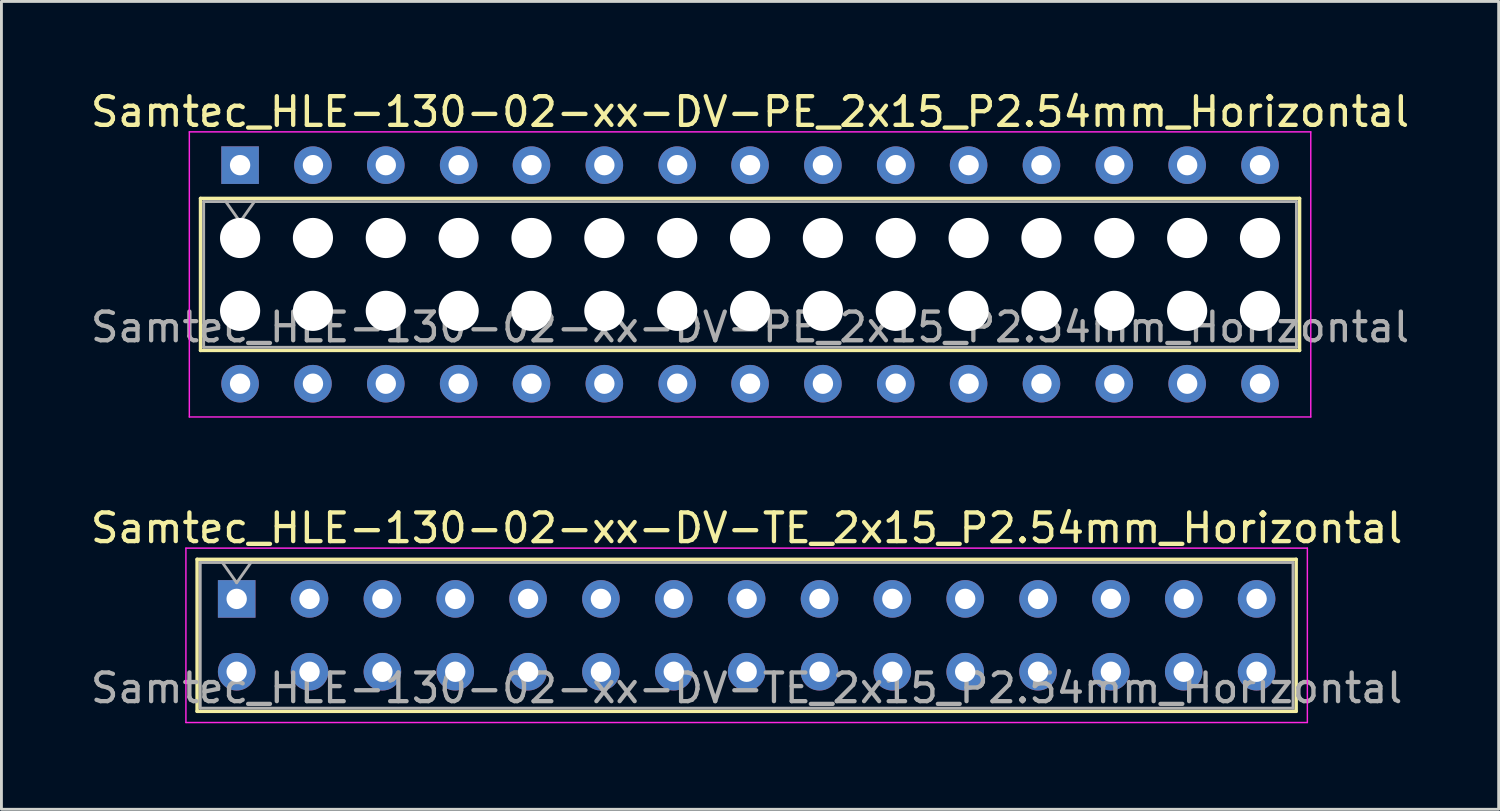
<source format=kicad_pcb>
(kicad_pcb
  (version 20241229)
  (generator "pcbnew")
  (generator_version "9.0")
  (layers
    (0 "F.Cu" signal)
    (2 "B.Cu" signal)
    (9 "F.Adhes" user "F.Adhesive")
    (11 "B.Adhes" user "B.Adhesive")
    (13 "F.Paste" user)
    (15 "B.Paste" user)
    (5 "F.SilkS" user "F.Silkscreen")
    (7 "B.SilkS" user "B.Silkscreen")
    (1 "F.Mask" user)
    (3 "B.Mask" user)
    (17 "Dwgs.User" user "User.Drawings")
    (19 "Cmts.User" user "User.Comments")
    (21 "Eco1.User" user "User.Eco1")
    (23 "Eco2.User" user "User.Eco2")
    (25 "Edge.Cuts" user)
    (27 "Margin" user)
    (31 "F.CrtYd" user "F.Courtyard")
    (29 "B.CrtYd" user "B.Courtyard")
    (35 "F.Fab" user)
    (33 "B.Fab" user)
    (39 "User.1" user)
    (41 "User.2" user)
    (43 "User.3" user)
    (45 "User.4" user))
  (footprint "Samtec_HLE-130-02-xx-DV-PE_2x15_P2.54mm_Horizontal"
    (layer "F.Cu")
    (at 5.321 2.708)
    (property "Reference" "Samtec_HLE-130-02-xx-DV-PE_2x15_P2.54mm_Horizontal" (at 17.78 -1.86 0) (layer "F.SilkS") (effects (font (size 1 1) (thickness 0.15))))
    (attr through_hole)
    (fp_line (start -1.38 1.16) (end 36.94 1.16) (stroke (width 0.12) (type solid)) (layer "F.SilkS"))
    (fp_line (start -1.38 6.46) (end -1.38 1.16) (stroke (width 0.12) (type solid)) (layer "F.SilkS"))
    (fp_line (start 36.94 1.16) (end 36.94 6.46) (stroke (width 0.12) (type solid)) (layer "F.SilkS"))
    (fp_line (start 36.94 6.46) (end -1.38 6.46) (stroke (width 0.12) (type solid)) (layer "F.SilkS"))
    (fp_line (start -1.77 -1.16) (end 37.33 -1.16) (stroke (width 0.05) (type solid)) (layer "F.CrtYd"))
    (fp_line (start -1.77 8.78) (end -1.77 -1.16) (stroke (width 0.05) (type solid)) (layer "F.CrtYd"))
    (fp_line (start 37.33 -1.16) (end 37.33 8.78) (stroke (width 0.05) (type solid)) (layer "F.CrtYd"))
    (fp_line (start 37.33 8.78) (end -1.77 8.78) (stroke (width 0.05) (type solid)) (layer "F.CrtYd"))
    (fp_line (start -1.27 1.27) (end 36.83 1.27) (stroke (width 0.1) (type solid)) (layer "F.Fab"))
    (fp_line (start -1.27 6.35) (end -1.27 1.27) (stroke (width 0.1) (type solid)) (layer "F.Fab"))
    (fp_line (start -0.5 1.27) (end 0 1.977) (stroke (width 0.1) (type solid)) (layer "F.Fab"))
    (fp_line (start 0 1.977) (end 0.5 1.27) (stroke (width 0.1) (type solid)) (layer "F.Fab"))
    (fp_line (start 36.83 1.27) (end 36.83 6.35) (stroke (width 0.1) (type solid)) (layer "F.Fab"))
    (fp_line (start 36.83 6.35) (end -1.27 6.35) (stroke (width 0.1) (type solid)) (layer "F.Fab"))
    (fp_text user "${REFERENCE}" (at 17.78 5.65 0) (layer "F.Fab") (effects (font (size 1 1) (thickness 0.15))))
    (pad "" np_thru_hole circle (at 0 2.54) (size 1.4 1.4) (drill 1.4) (layers "*.Cu" "*.Mask"))
    (pad "" np_thru_hole circle (at 0 5.08) (size 1.4 1.4) (drill 1.4) (layers "*.Cu" "*.Mask"))
    (pad "" np_thru_hole circle (at 2.54 2.54) (size 1.4 1.4) (drill 1.4) (layers "*.Cu" "*.Mask"))
    (pad "" np_thru_hole circle (at 2.54 5.08) (size 1.4 1.4) (drill 1.4) (layers "*.Cu" "*.Mask"))
    (pad "" np_thru_hole circle (at 5.08 2.54) (size 1.4 1.4) (drill 1.4) (layers "*.Cu" "*.Mask"))
    (pad "" np_thru_hole circle (at 5.08 5.08) (size 1.4 1.4) (drill 1.4) (layers "*.Cu" "*.Mask"))
    (pad "" np_thru_hole circle (at 7.62 2.54) (size 1.4 1.4) (drill 1.4) (layers "*.Cu" "*.Mask"))
    (pad "" np_thru_hole circle (at 7.62 5.08) (size 1.4 1.4) (drill 1.4) (layers "*.Cu" "*.Mask"))
    (pad "" np_thru_hole circle (at 10.16 2.54) (size 1.4 1.4) (drill 1.4) (layers "*.Cu" "*.Mask"))
    (pad "" np_thru_hole circle (at 10.16 5.08) (size 1.4 1.4) (drill 1.4) (layers "*.Cu" "*.Mask"))
    (pad "" np_thru_hole circle (at 12.7 2.54) (size 1.4 1.4) (drill 1.4) (layers "*.Cu" "*.Mask"))
    (pad "" np_thru_hole circle (at 12.7 5.08) (size 1.4 1.4) (drill 1.4) (layers "*.Cu" "*.Mask"))
    (pad "" np_thru_hole circle (at 15.24 2.54) (size 1.4 1.4) (drill 1.4) (layers "*.Cu" "*.Mask"))
    (pad "" np_thru_hole circle (at 15.24 5.08) (size 1.4 1.4) (drill 1.4) (layers "*.Cu" "*.Mask"))
    (pad "" np_thru_hole circle (at 17.78 2.54) (size 1.4 1.4) (drill 1.4) (layers "*.Cu" "*.Mask"))
    (pad "" np_thru_hole circle (at 17.78 5.08) (size 1.4 1.4) (drill 1.4) (layers "*.Cu" "*.Mask"))
    (pad "" np_thru_hole circle (at 20.32 2.54) (size 1.4 1.4) (drill 1.4) (layers "*.Cu" "*.Mask"))
    (pad "" np_thru_hole circle (at 20.32 5.08) (size 1.4 1.4) (drill 1.4) (layers "*.Cu" "*.Mask"))
    (pad "" np_thru_hole circle (at 22.86 2.54) (size 1.4 1.4) (drill 1.4) (layers "*.Cu" "*.Mask"))
    (pad "" np_thru_hole circle (at 22.86 5.08) (size 1.4 1.4) (drill 1.4) (layers "*.Cu" "*.Mask"))
    (pad "" np_thru_hole circle (at 25.4 2.54) (size 1.4 1.4) (drill 1.4) (layers "*.Cu" "*.Mask"))
    (pad "" np_thru_hole circle (at 25.4 5.08) (size 1.4 1.4) (drill 1.4) (layers "*.Cu" "*.Mask"))
    (pad "" np_thru_hole circle (at 27.94 2.54) (size 1.4 1.4) (drill 1.4) (layers "*.Cu" "*.Mask"))
    (pad "" np_thru_hole circle (at 27.94 5.08) (size 1.4 1.4) (drill 1.4) (layers "*.Cu" "*.Mask"))
    (pad "" np_thru_hole circle (at 30.48 2.54) (size 1.4 1.4) (drill 1.4) (layers "*.Cu" "*.Mask"))
    (pad "" np_thru_hole circle (at 30.48 5.08) (size 1.4 1.4) (drill 1.4) (layers "*.Cu" "*.Mask"))
    (pad "" np_thru_hole circle (at 33.02 2.54) (size 1.4 1.4) (drill 1.4) (layers "*.Cu" "*.Mask"))
    (pad "" np_thru_hole circle (at 33.02 5.08) (size 1.4 1.4) (drill 1.4) (layers "*.Cu" "*.Mask"))
    (pad "" np_thru_hole circle (at 35.56 2.54) (size 1.4 1.4) (drill 1.4) (layers "*.Cu" "*.Mask"))
    (pad "" np_thru_hole circle (at 35.56 5.08) (size 1.4 1.4) (drill 1.4) (layers "*.Cu" "*.Mask"))
    (pad "1" thru_hole rect (at 0 0) (size 1.31 1.31) (drill 0.71) (layers "*.Cu" "*.Mask"))
    (pad "2" thru_hole circle (at 0 7.62) (size 1.31 1.31) (drill 0.71) (layers "*.Cu" "*.Mask"))
    (pad "3" thru_hole circle (at 2.54 0) (size 1.31 1.31) (drill 0.71) (layers "*.Cu" "*.Mask"))
    (pad "4" thru_hole circle (at 2.54 7.62) (size 1.31 1.31) (drill 0.71) (layers "*.Cu" "*.Mask"))
    (pad "5" thru_hole circle (at 5.08 0) (size 1.31 1.31) (drill 0.71) (layers "*.Cu" "*.Mask"))
    (pad "6" thru_hole circle (at 5.08 7.62) (size 1.31 1.31) (drill 0.71) (layers "*.Cu" "*.Mask"))
    (pad "7" thru_hole circle (at 7.62 0) (size 1.31 1.31) (drill 0.71) (layers "*.Cu" "*.Mask"))
    (pad "8" thru_hole circle (at 7.62 7.62) (size 1.31 1.31) (drill 0.71) (layers "*.Cu" "*.Mask"))
    (pad "9" thru_hole circle (at 10.16 0) (size 1.31 1.31) (drill 0.71) (layers "*.Cu" "*.Mask"))
    (pad "10" thru_hole circle (at 10.16 7.62) (size 1.31 1.31) (drill 0.71) (layers "*.Cu" "*.Mask"))
    (pad "11" thru_hole circle (at 12.7 0) (size 1.31 1.31) (drill 0.71) (layers "*.Cu" "*.Mask"))
    (pad "12" thru_hole circle (at 12.7 7.62) (size 1.31 1.31) (drill 0.71) (layers "*.Cu" "*.Mask"))
    (pad "13" thru_hole circle (at 15.24 0) (size 1.31 1.31) (drill 0.71) (layers "*.Cu" "*.Mask"))
    (pad "14" thru_hole circle (at 15.24 7.62) (size 1.31 1.31) (drill 0.71) (layers "*.Cu" "*.Mask"))
    (pad "15" thru_hole circle (at 17.78 0) (size 1.31 1.31) (drill 0.71) (layers "*.Cu" "*.Mask"))
    (pad "16" thru_hole circle (at 17.78 7.62) (size 1.31 1.31) (drill 0.71) (layers "*.Cu" "*.Mask"))
    (pad "17" thru_hole circle (at 20.32 0) (size 1.31 1.31) (drill 0.71) (layers "*.Cu" "*.Mask"))
    (pad "18" thru_hole circle (at 20.32 7.62) (size 1.31 1.31) (drill 0.71) (layers "*.Cu" "*.Mask"))
    (pad "19" thru_hole circle (at 22.86 0) (size 1.31 1.31) (drill 0.71) (layers "*.Cu" "*.Mask"))
    (pad "20" thru_hole circle (at 22.86 7.62) (size 1.31 1.31) (drill 0.71) (layers "*.Cu" "*.Mask"))
    (pad "21" thru_hole circle (at 25.4 0) (size 1.31 1.31) (drill 0.71) (layers "*.Cu" "*.Mask"))
    (pad "22" thru_hole circle (at 25.4 7.62) (size 1.31 1.31) (drill 0.71) (layers "*.Cu" "*.Mask"))
    (pad "23" thru_hole circle (at 27.94 0) (size 1.31 1.31) (drill 0.71) (layers "*.Cu" "*.Mask"))
    (pad "24" thru_hole circle (at 27.94 7.62) (size 1.31 1.31) (drill 0.71) (layers "*.Cu" "*.Mask"))
    (pad "25" thru_hole circle (at 30.48 0) (size 1.31 1.31) (drill 0.71) (layers "*.Cu" "*.Mask"))
    (pad "26" thru_hole circle (at 30.48 7.62) (size 1.31 1.31) (drill 0.71) (layers "*.Cu" "*.Mask"))
    (pad "27" thru_hole circle (at 33.02 0) (size 1.31 1.31) (drill 0.71) (layers "*.Cu" "*.Mask"))
    (pad "28" thru_hole circle (at 33.02 7.62) (size 1.31 1.31) (drill 0.71) (layers "*.Cu" "*.Mask"))
    (pad "29" thru_hole circle (at 35.56 0) (size 1.31 1.31) (drill 0.71) (layers "*.Cu" "*.Mask"))
    (pad "30" thru_hole circle (at 35.56 7.62) (size 1.31 1.31) (drill 0.71) (layers "*.Cu" "*.Mask")))
  (footprint "Samtec_HLE-130-02-xx-DV-TE_2x15_P2.54mm_Horizontal"
    (layer "F.Cu")
    (at 5.202 17.831)
    (property "Reference" "Samtec_HLE-130-02-xx-DV-TE_2x15_P2.54mm_Horizontal" (at 17.78 -2.47 0) (layer "F.SilkS") (effects (font (size 1 1) (thickness 0.15))))
    (attr through_hole)
    (fp_line (start -1.38 -1.38) (end 36.94 -1.38) (stroke (width 0.12) (type solid)) (layer "F.SilkS"))
    (fp_line (start -1.38 3.92) (end -1.38 -1.38) (stroke (width 0.12) (type solid)) (layer "F.SilkS"))
    (fp_line (start 36.94 -1.38) (end 36.94 3.92) (stroke (width 0.12) (type solid)) (layer "F.SilkS"))
    (fp_line (start 36.94 3.92) (end -1.38 3.92) (stroke (width 0.12) (type solid)) (layer "F.SilkS"))
    (fp_line (start -1.77 -1.77) (end 37.33 -1.77) (stroke (width 0.05) (type solid)) (layer "F.CrtYd"))
    (fp_line (start -1.77 4.31) (end -1.77 -1.77) (stroke (width 0.05) (type solid)) (layer "F.CrtYd"))
    (fp_line (start 37.33 -1.77) (end 37.33 4.31) (stroke (width 0.05) (type solid)) (layer "F.CrtYd"))
    (fp_line (start 37.33 4.31) (end -1.77 4.31) (stroke (width 0.05) (type solid)) (layer "F.CrtYd"))
    (fp_line (start -1.27 -1.27) (end 36.83 -1.27) (stroke (width 0.1) (type solid)) (layer "F.Fab"))
    (fp_line (start -1.27 3.81) (end -1.27 -1.27) (stroke (width 0.1) (type solid)) (layer "F.Fab"))
    (fp_line (start -0.5 -1.27) (end 0 -0.563) (stroke (width 0.1) (type solid)) (layer "F.Fab"))
    (fp_line (start 0 -0.563) (end 0.5 -1.27) (stroke (width 0.1) (type solid)) (layer "F.Fab"))
    (fp_line (start 36.83 -1.27) (end 36.83 3.81) (stroke (width 0.1) (type solid)) (layer "F.Fab"))
    (fp_line (start 36.83 3.81) (end -1.27 3.81) (stroke (width 0.1) (type solid)) (layer "F.Fab"))
    (fp_text user "${REFERENCE}" (at 17.78 3.11 0) (layer "F.Fab") (effects (font (size 1 1) (thickness 0.15))))
    (pad "1" thru_hole rect (at 0 0) (size 1.31 1.31) (drill 0.71) (layers "*.Cu" "*.Mask"))
    (pad "2" thru_hole circle (at 0 2.54) (size 1.31 1.31) (drill 0.71) (layers "*.Cu" "*.Mask"))
    (pad "3" thru_hole circle (at 2.54 0) (size 1.31 1.31) (drill 0.71) (layers "*.Cu" "*.Mask"))
    (pad "4" thru_hole circle (at 2.54 2.54) (size 1.31 1.31) (drill 0.71) (layers "*.Cu" "*.Mask"))
    (pad "5" thru_hole circle (at 5.08 0) (size 1.31 1.31) (drill 0.71) (layers "*.Cu" "*.Mask"))
    (pad "6" thru_hole circle (at 5.08 2.54) (size 1.31 1.31) (drill 0.71) (layers "*.Cu" "*.Mask"))
    (pad "7" thru_hole circle (at 7.62 0) (size 1.31 1.31) (drill 0.71) (layers "*.Cu" "*.Mask"))
    (pad "8" thru_hole circle (at 7.62 2.54) (size 1.31 1.31) (drill 0.71) (layers "*.Cu" "*.Mask"))
    (pad "9" thru_hole circle (at 10.16 0) (size 1.31 1.31) (drill 0.71) (layers "*.Cu" "*.Mask"))
    (pad "10" thru_hole circle (at 10.16 2.54) (size 1.31 1.31) (drill 0.71) (layers "*.Cu" "*.Mask"))
    (pad "11" thru_hole circle (at 12.7 0) (size 1.31 1.31) (drill 0.71) (layers "*.Cu" "*.Mask"))
    (pad "12" thru_hole circle (at 12.7 2.54) (size 1.31 1.31) (drill 0.71) (layers "*.Cu" "*.Mask"))
    (pad "13" thru_hole circle (at 15.24 0) (size 1.31 1.31) (drill 0.71) (layers "*.Cu" "*.Mask"))
    (pad "14" thru_hole circle (at 15.24 2.54) (size 1.31 1.31) (drill 0.71) (layers "*.Cu" "*.Mask"))
    (pad "15" thru_hole circle (at 17.78 0) (size 1.31 1.31) (drill 0.71) (layers "*.Cu" "*.Mask"))
    (pad "16" thru_hole circle (at 17.78 2.54) (size 1.31 1.31) (drill 0.71) (layers "*.Cu" "*.Mask"))
    (pad "17" thru_hole circle (at 20.32 0) (size 1.31 1.31) (drill 0.71) (layers "*.Cu" "*.Mask"))
    (pad "18" thru_hole circle (at 20.32 2.54) (size 1.31 1.31) (drill 0.71) (layers "*.Cu" "*.Mask"))
    (pad "19" thru_hole circle (at 22.86 0) (size 1.31 1.31) (drill 0.71) (layers "*.Cu" "*.Mask"))
    (pad "20" thru_hole circle (at 22.86 2.54) (size 1.31 1.31) (drill 0.71) (layers "*.Cu" "*.Mask"))
    (pad "21" thru_hole circle (at 25.4 0) (size 1.31 1.31) (drill 0.71) (layers "*.Cu" "*.Mask"))
    (pad "22" thru_hole circle (at 25.4 2.54) (size 1.31 1.31) (drill 0.71) (layers "*.Cu" "*.Mask"))
    (pad "23" thru_hole circle (at 27.94 0) (size 1.31 1.31) (drill 0.71) (layers "*.Cu" "*.Mask"))
    (pad "24" thru_hole circle (at 27.94 2.54) (size 1.31 1.31) (drill 0.71) (layers "*.Cu" "*.Mask"))
    (pad "25" thru_hole circle (at 30.48 0) (size 1.31 1.31) (drill 0.71) (layers "*.Cu" "*.Mask"))
    (pad "26" thru_hole circle (at 30.48 2.54) (size 1.31 1.31) (drill 0.71) (layers "*.Cu" "*.Mask"))
    (pad "27" thru_hole circle (at 33.02 0) (size 1.31 1.31) (drill 0.71) (layers "*.Cu" "*.Mask"))
    (pad "28" thru_hole circle (at 33.02 2.54) (size 1.31 1.31) (drill 0.71) (layers "*.Cu" "*.Mask"))
    (pad "29" thru_hole circle (at 35.56 0) (size 1.31 1.31) (drill 0.71) (layers "*.Cu" "*.Mask"))
    (pad "30" thru_hole circle (at 35.56 2.54) (size 1.31 1.31) (drill 0.71) (layers "*.Cu" "*.Mask")))
  (gr_rect
    (start -3 -3)
    (end 49.202 25.166)
    (stroke (width 0.1) (type default))
    (fill no)
    (layer "Edge.Cuts")))
</source>
